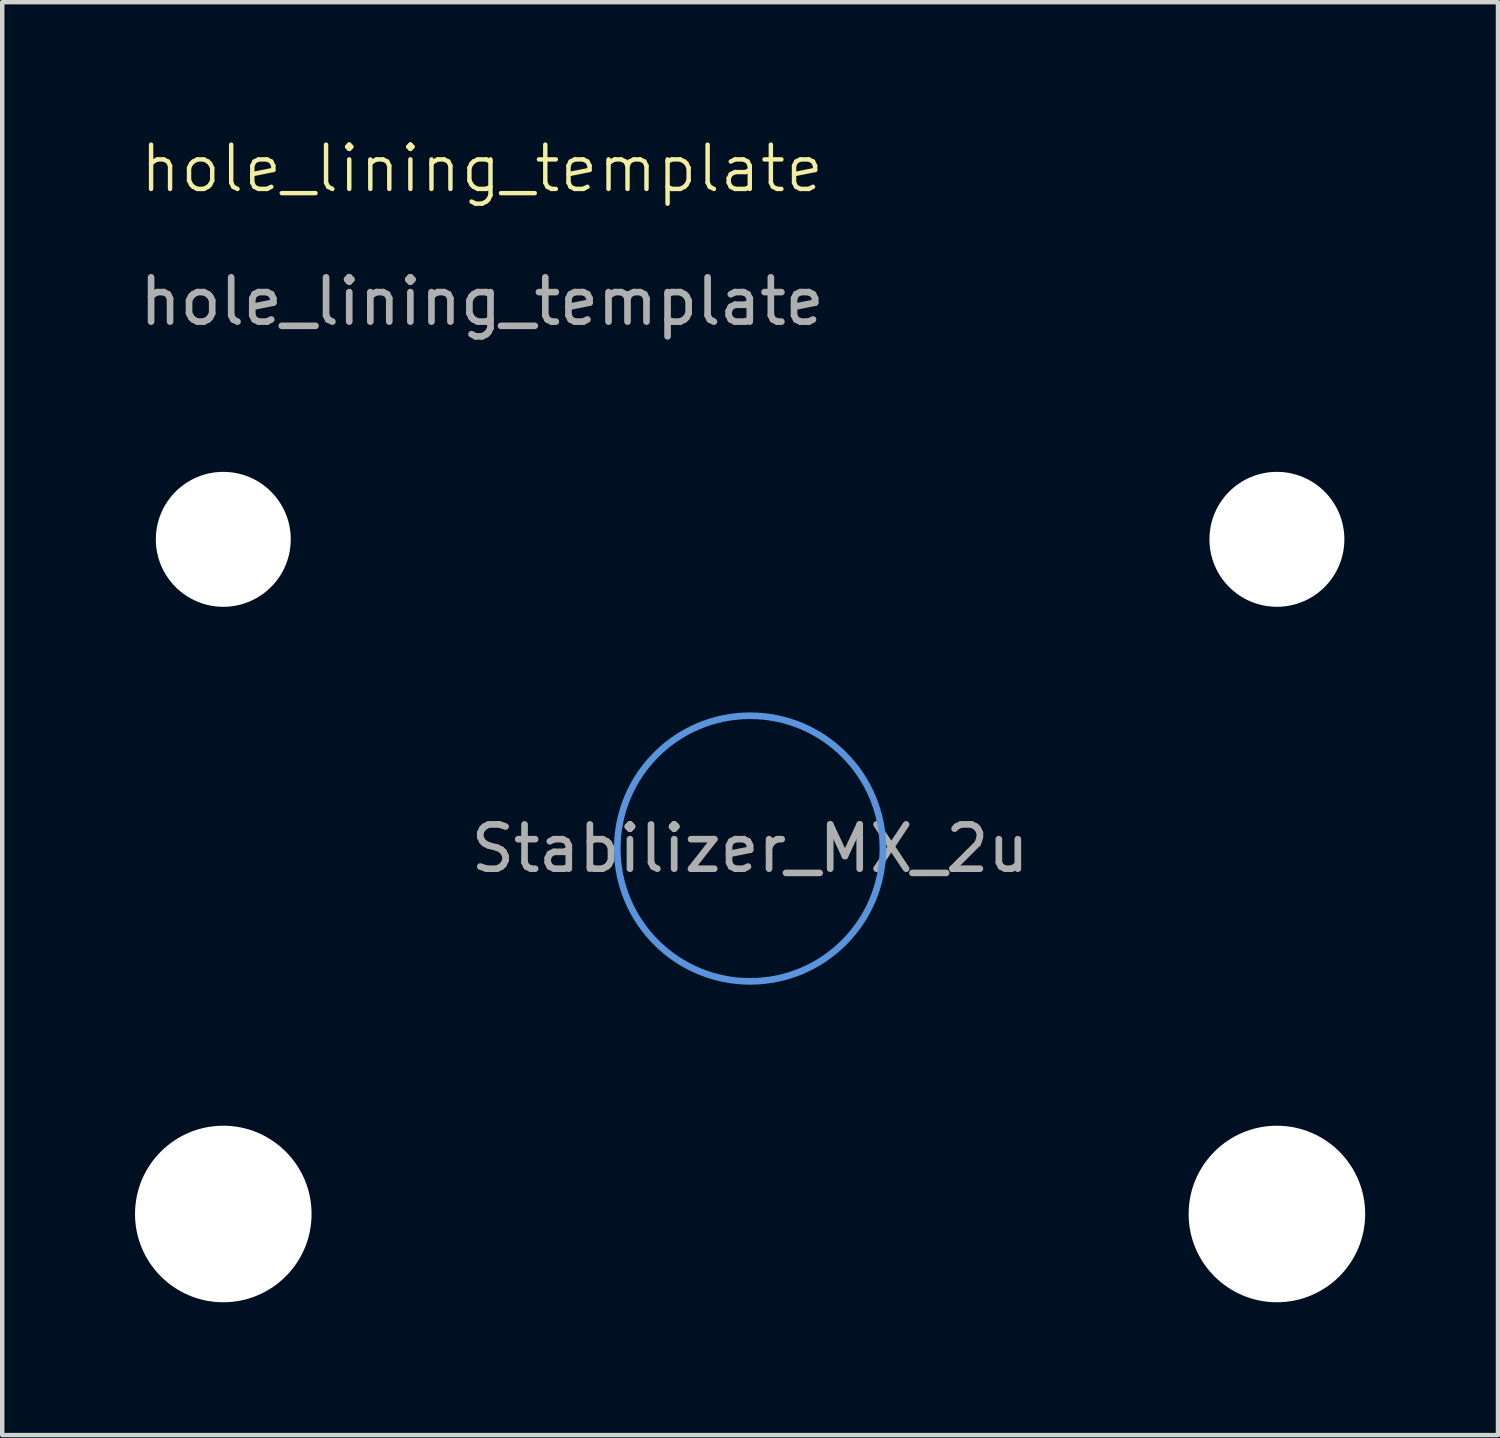
<source format=kicad_pcb>
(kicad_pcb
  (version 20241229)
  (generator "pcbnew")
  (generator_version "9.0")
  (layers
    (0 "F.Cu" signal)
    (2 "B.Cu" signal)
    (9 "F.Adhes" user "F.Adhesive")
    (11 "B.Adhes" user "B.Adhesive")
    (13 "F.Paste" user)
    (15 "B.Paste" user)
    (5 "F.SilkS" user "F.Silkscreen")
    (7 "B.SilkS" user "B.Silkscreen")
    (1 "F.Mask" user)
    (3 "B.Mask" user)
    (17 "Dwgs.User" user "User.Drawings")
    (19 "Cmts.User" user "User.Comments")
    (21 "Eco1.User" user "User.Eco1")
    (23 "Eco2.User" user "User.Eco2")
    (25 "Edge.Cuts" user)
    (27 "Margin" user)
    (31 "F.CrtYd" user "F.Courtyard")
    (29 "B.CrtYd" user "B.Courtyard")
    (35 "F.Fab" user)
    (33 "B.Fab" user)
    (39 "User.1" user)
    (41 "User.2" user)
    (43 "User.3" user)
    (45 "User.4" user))
  (footprint "hole_lining_template"
    (layer "F.Cu")
    (at 7.839 1.26)
    (property "Reference" "hole_lining_template" (at 0 -0.5 0) (unlocked yes) (layer "F.SilkS") (effects (font (size 1 1) (thickness 0.1))))
    (fp_text user "${REFERENCE}" (at 0 2.5 0) (unlocked yes) (layer "F.Fab") (effects (font (size 1 1) (thickness 0.15)))))
  (footprint "Stabilizer_MX_2u"
    (layer "F.Cu")
    (at 13.894 16.118)
    (property "Reference" "Stabilizer_MX_2u" (at 0 0 0) (layer "F.Fab") (effects (font (size 1 1) (thickness 0.15))))
    (attr through_hole)
    (fp_circle (center 0 0) (end 3 0) (stroke (width 0.15) (type solid)) (fill no) (layer "Cmts.User"))
    (pad "" np_thru_hole circle (at -11.9 -6.985) (size 3.048 3.048) (drill 3.048) (layers "*.Cu" "*.Mask"))
    (pad "" np_thru_hole circle (at -11.9 8.255) (size 3.988 3.988) (drill 3.988) (layers "*.Cu" "*.Mask"))
    (pad "" np_thru_hole circle (at 11.9 -6.985) (size 3.048 3.048) (drill 3.048) (layers "*.Cu" "*.Mask"))
    (pad "" np_thru_hole circle (at 11.9 8.255) (size 3.988 3.988) (drill 3.988) (layers "*.Cu" "*.Mask")))
  (gr_rect
    (start -3 -3)
    (end 30.788 29.367)
    (stroke (width 0.1) (type default))
    (fill no)
    (layer "Edge.Cuts")))
</source>
